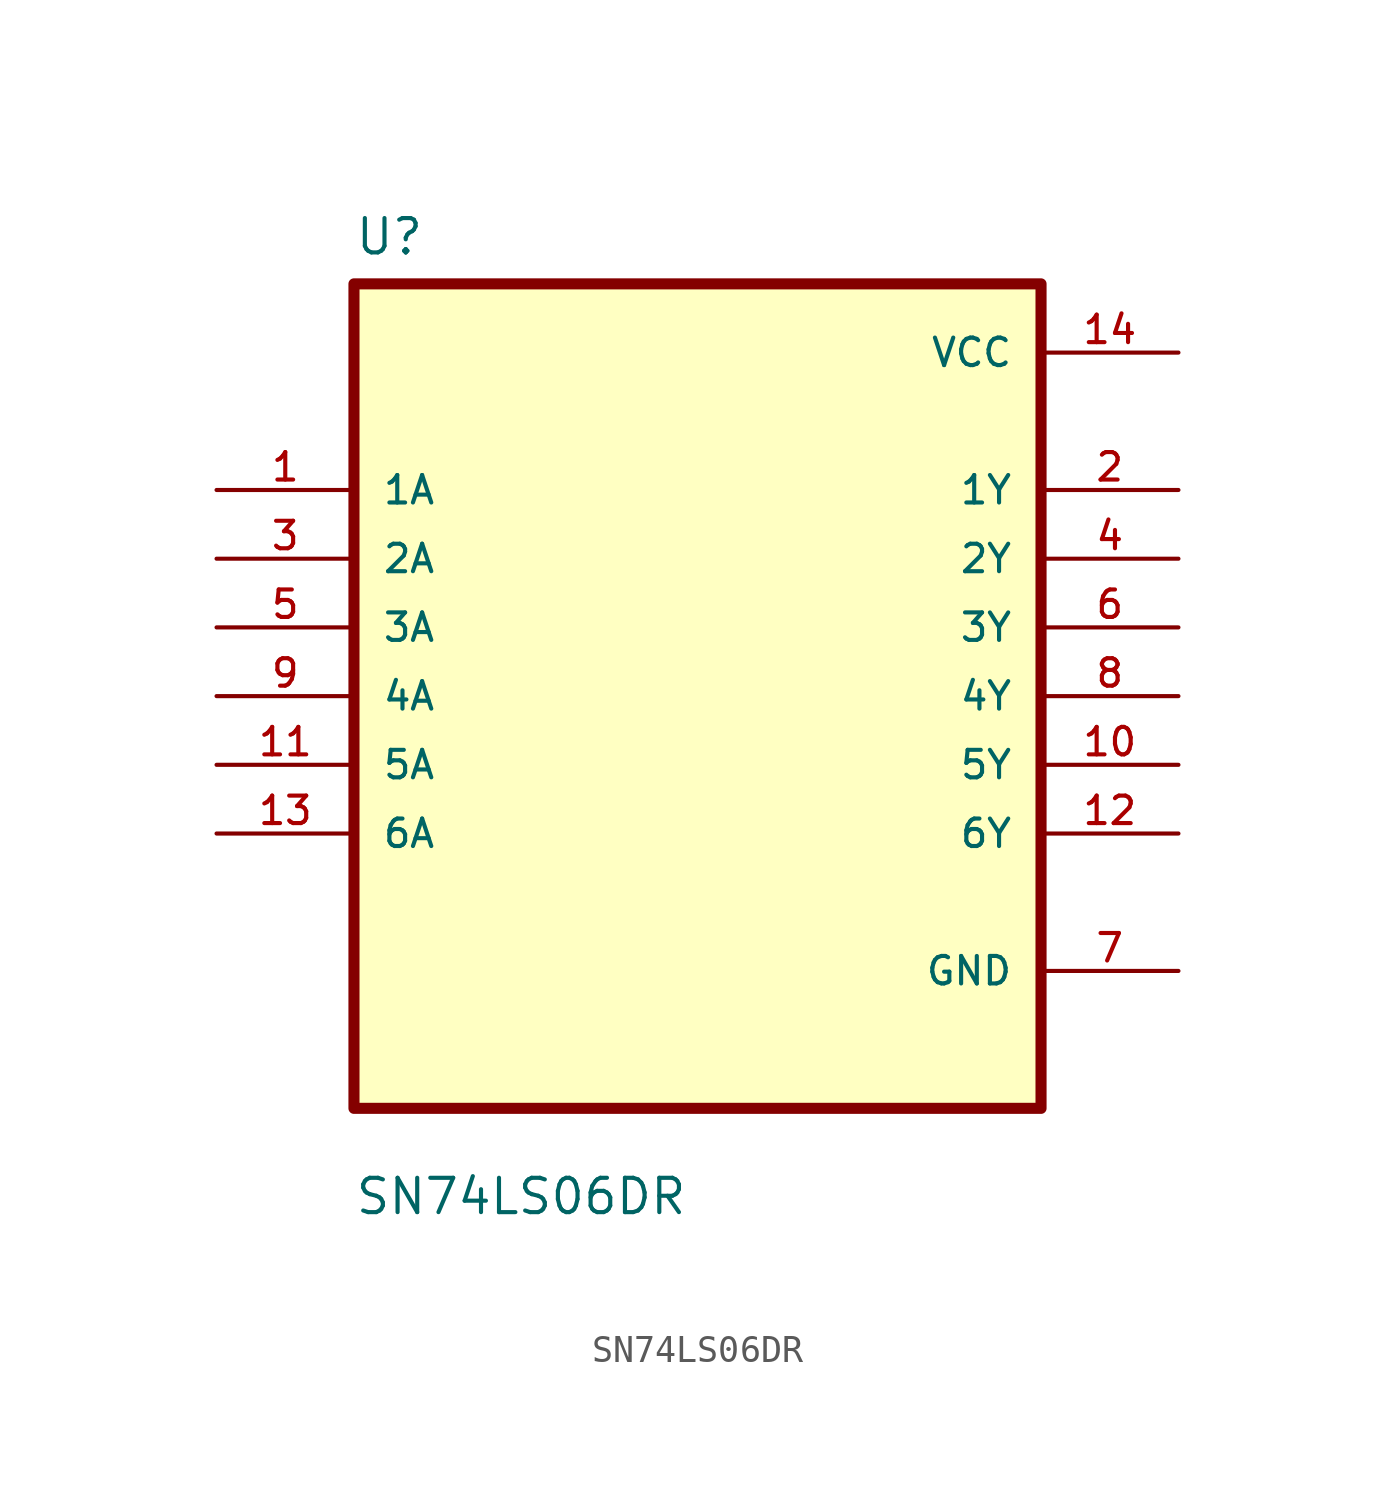
<source format=kicad_sym>
(kicad_symbol_lib
  (version 20211014)
  (generator kicad_symbol_editor)
  (symbol "SN74LS06DR"
    (pin_names
      (offset 1.016))
    (property "Reference" "U"
      (at -12.7 16.24 0.0)
      (effects (font (size 1.27 1.27)) (justify bottom left)))
    (property "Value" "SN74LS06DR"
      (at -12.7 -19.24 0.0)
      (effects (font (size 1.27 1.27)) (justify bottom left)))
    (symbol "SN74LS06DR_0_0"
      (rectangle (start -12.7 -15.24) (end 12.7 15.24) (stroke (width 0.41)) (fill (type background)))
      (pin input line (at -17.78 7.62 0) (length 5.08) (name "1A" (effects (font (size 1.016 1.016)))) (number "1" (effects (font (size 1.016 1.016)))))
      (pin input line (at -17.78 5.08 0) (length 5.08) (name "2A" (effects (font (size 1.016 1.016)))) (number "3" (effects (font (size 1.016 1.016)))))
      (pin input line (at -17.78 2.54 0) (length 5.08) (name "3A" (effects (font (size 1.016 1.016)))) (number "5" (effects (font (size 1.016 1.016)))))
      (pin input line (at -17.78 0.0 0) (length 5.08) (name "4A" (effects (font (size 1.016 1.016)))) (number "9" (effects (font (size 1.016 1.016)))))
      (pin input line (at -17.78 -2.54 0) (length 5.08) (name "5A" (effects (font (size 1.016 1.016)))) (number "11" (effects (font (size 1.016 1.016)))))
      (pin input line (at -17.78 -5.08 0) (length 5.08) (name "6A" (effects (font (size 1.016 1.016)))) (number "13" (effects (font (size 1.016 1.016)))))
      (pin power_in line (at 17.78 12.7 180.0) (length 5.08) (name "VCC" (effects (font (size 1.016 1.016)))) (number "14" (effects (font (size 1.016 1.016)))))
      (pin output line (at 17.78 7.62 180.0) (length 5.08) (name "1Y" (effects (font (size 1.016 1.016)))) (number "2" (effects (font (size 1.016 1.016)))))
      (pin output line (at 17.78 5.08 180.0) (length 5.08) (name "2Y" (effects (font (size 1.016 1.016)))) (number "4" (effects (font (size 1.016 1.016)))))
      (pin output line (at 17.78 2.54 180.0) (length 5.08) (name "3Y" (effects (font (size 1.016 1.016)))) (number "6" (effects (font (size 1.016 1.016)))))
      (pin output line (at 17.78 -8.88178e-16 180.0) (length 5.08) (name "4Y" (effects (font (size 1.016 1.016)))) (number "8" (effects (font (size 1.016 1.016)))))
      (pin output line (at 17.78 -2.54 180.0) (length 5.08) (name "5Y" (effects (font (size 1.016 1.016)))) (number "10" (effects (font (size 1.016 1.016)))))
      (pin output line (at 17.78 -5.08 180.0) (length 5.08) (name "6Y" (effects (font (size 1.016 1.016)))) (number "12" (effects (font (size 1.016 1.016)))))
      (pin power_in line (at 17.78 -10.16 180.0) (length 5.08) (name "GND" (effects (font (size 1.016 1.016)))) (number "7" (effects (font (size 1.016 1.016))))))))
</source>
